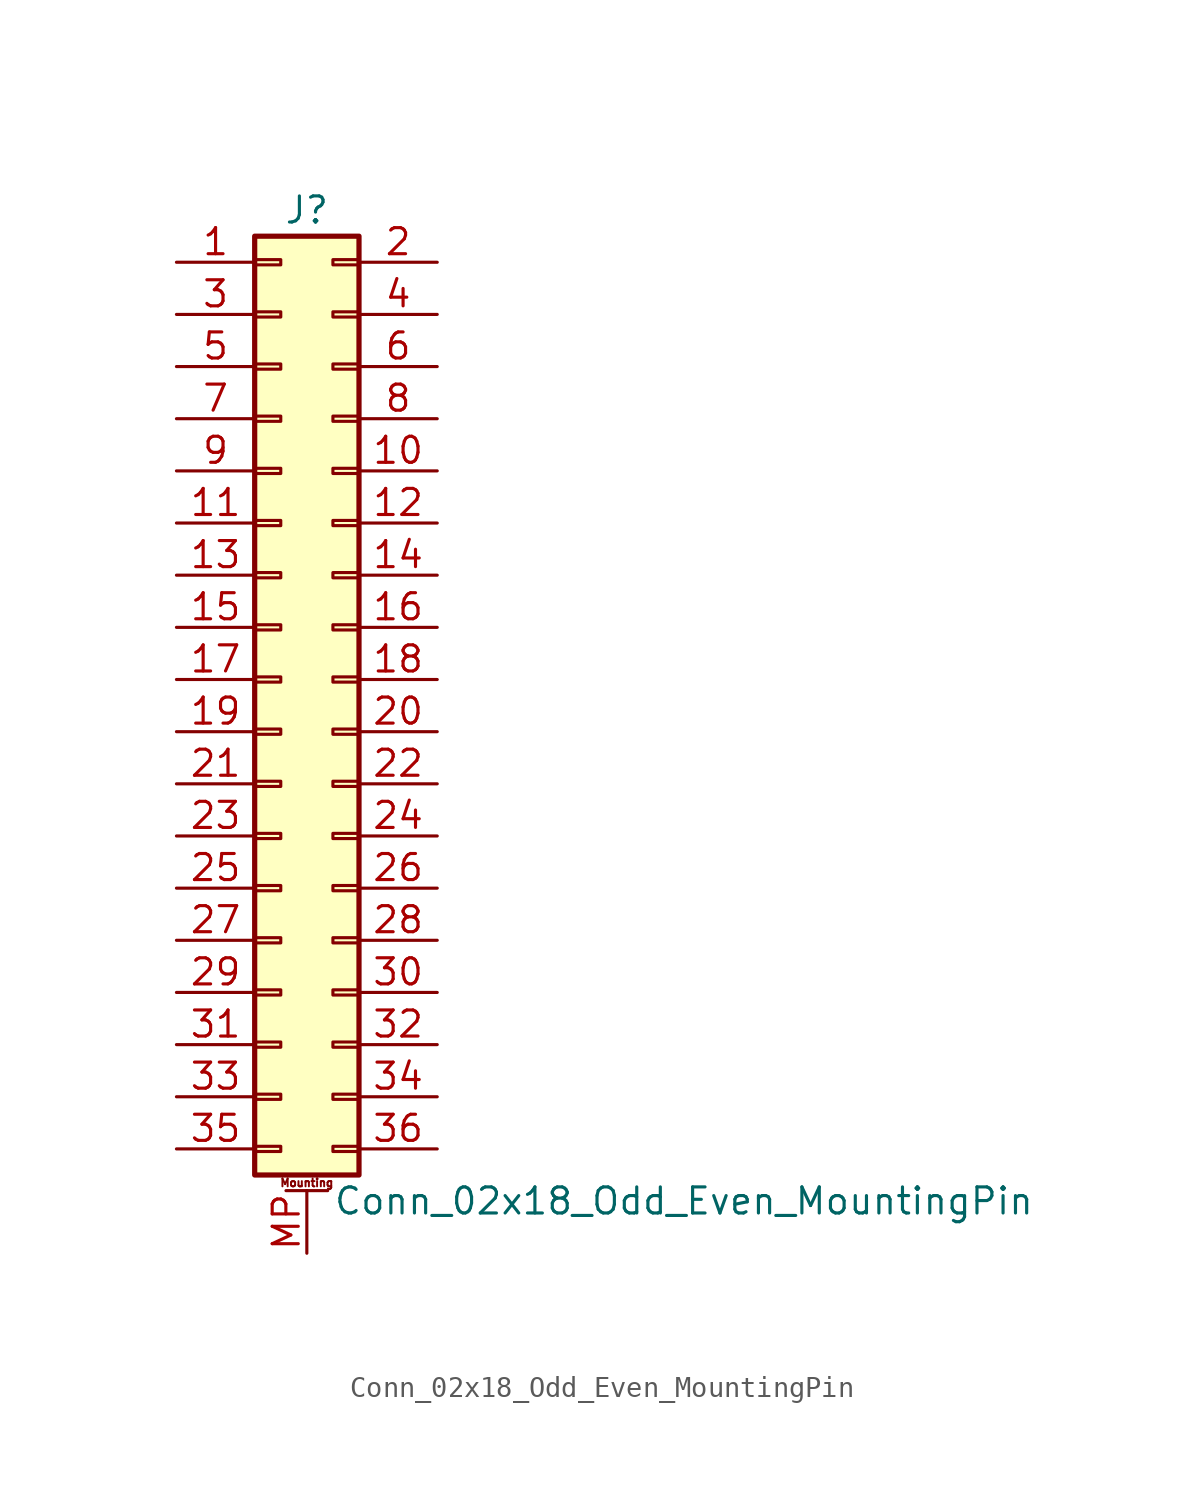
<source format=kicad_sym>
(kicad_symbol_lib
  (version 20201005)
  (generator kicad_symbol_editor)
  (symbol "Connector_Generic_MountingPin:Conn_02x18_Odd_Even_MountingPin"
    (pin_names
      (offset 1.016) hide)
    (property "Reference" "J"
      (at 1.27 22.86 0)
      (effects (font (size 1.27 1.27))))
    (property "Value" "Conn_02x18_Odd_Even_MountingPin"
      (at 2.54 -25.4 0)
      (effects (font (size 1.27 1.27)) (justify left)))
    (symbol "Conn_02x18_Odd_Even_MountingPin_1_1"
      (text "Mounting" (at 1.27 -24.511 0) (effects (font (size 0.381 0.381))))
      (rectangle (start -1.27 -4.953) (end 0 -5.207) (stroke (width 0.152)) (fill (type none)))
      (rectangle (start -1.27 -7.493) (end 0 -7.747) (stroke (width 0.152)) (fill (type none)))
      (rectangle (start -1.27 -10.033) (end 0 -10.287) (stroke (width 0.152)) (fill (type none)))
      (rectangle (start -1.27 -12.573) (end 0 -12.827) (stroke (width 0.152)) (fill (type none)))
      (rectangle (start -1.27 -15.113) (end 0 -15.367) (stroke (width 0.152)) (fill (type none)))
      (rectangle (start -1.27 -17.653) (end 0 -17.907) (stroke (width 0.152)) (fill (type none)))
      (rectangle (start -1.27 -20.193) (end 0 -20.447) (stroke (width 0.152)) (fill (type none)))
      (rectangle (start -1.27 -22.733) (end 0 -22.987) (stroke (width 0.152)) (fill (type none)))
      (rectangle (start -1.27 -2.413) (end 0 -2.667) (stroke (width 0.152)) (fill (type none)))
      (rectangle (start -1.27 2.667) (end 0 2.413) (stroke (width 0.152)) (fill (type none)))
      (rectangle (start -1.27 5.207) (end 0 4.953) (stroke (width 0.152)) (fill (type none)))
      (rectangle (start -1.27 7.747) (end 0 7.493) (stroke (width 0.152)) (fill (type none)))
      (rectangle (start -1.27 10.287) (end 0 10.033) (stroke (width 0.152)) (fill (type none)))
      (rectangle (start -1.27 0.127) (end 0 -0.127) (stroke (width 0.152)) (fill (type none)))
      (rectangle (start -1.27 12.827) (end 0 12.573) (stroke (width 0.152)) (fill (type none)))
      (rectangle (start -1.27 15.367) (end 0 15.113) (stroke (width 0.152)) (fill (type none)))
      (rectangle (start -1.27 17.907) (end 0 17.653) (stroke (width 0.152)) (fill (type none)))
      (rectangle (start -1.27 20.447) (end 0 20.193) (stroke (width 0.152)) (fill (type none)))
      (rectangle (start -1.27 21.59) (end 3.81 -24.13) (stroke (width 0.254)) (fill (type background)))
      (rectangle (start 3.81 -4.953) (end 2.54 -5.207) (stroke (width 0.152)) (fill (type none)))
      (rectangle (start 3.81 -7.493) (end 2.54 -7.747) (stroke (width 0.152)) (fill (type none)))
      (rectangle (start 3.81 -10.033) (end 2.54 -10.287) (stroke (width 0.152)) (fill (type none)))
      (rectangle (start 3.81 -12.573) (end 2.54 -12.827) (stroke (width 0.152)) (fill (type none)))
      (rectangle (start 3.81 -15.113) (end 2.54 -15.367) (stroke (width 0.152)) (fill (type none)))
      (rectangle (start 3.81 -17.653) (end 2.54 -17.907) (stroke (width 0.152)) (fill (type none)))
      (rectangle (start 3.81 -20.193) (end 2.54 -20.447) (stroke (width 0.152)) (fill (type none)))
      (rectangle (start 3.81 -22.733) (end 2.54 -22.987) (stroke (width 0.152)) (fill (type none)))
      (rectangle (start 3.81 -2.413) (end 2.54 -2.667) (stroke (width 0.152)) (fill (type none)))
      (rectangle (start 3.81 2.667) (end 2.54 2.413) (stroke (width 0.152)) (fill (type none)))
      (rectangle (start 3.81 5.207) (end 2.54 4.953) (stroke (width 0.152)) (fill (type none)))
      (rectangle (start 3.81 7.747) (end 2.54 7.493) (stroke (width 0.152)) (fill (type none)))
      (rectangle (start 3.81 10.287) (end 2.54 10.033) (stroke (width 0.152)) (fill (type none)))
      (rectangle (start 3.81 0.127) (end 2.54 -0.127) (stroke (width 0.152)) (fill (type none)))
      (rectangle (start 3.81 12.827) (end 2.54 12.573) (stroke (width 0.152)) (fill (type none)))
      (rectangle (start 3.81 15.367) (end 2.54 15.113) (stroke (width 0.152)) (fill (type none)))
      (rectangle (start 3.81 17.907) (end 2.54 17.653) (stroke (width 0.152)) (fill (type none)))
      (rectangle (start 3.81 20.447) (end 2.54 20.193) (stroke (width 0.152)) (fill (type none)))
      (polyline (pts (xy 0.254 -24.892) (xy 2.286 -24.892)) (stroke (width 0.152)) (fill (type none)))
      (pin passive line (at 1.27 -27.94 90) (length 3.048) (name "MountPin" (effects (font (size 1.27 1.27)))) (number "MP" (effects (font (size 1.27 1.27)))))
      (pin passive line (at -5.08 20.32 0) (length 3.81) (name "Pin_1" (effects (font (size 1.27 1.27)))) (number "1" (effects (font (size 1.27 1.27)))))
      (pin passive line (at 7.62 10.16 180) (length 3.81) (name "Pin_10" (effects (font (size 1.27 1.27)))) (number "10" (effects (font (size 1.27 1.27)))))
      (pin passive line (at -5.08 7.62 0) (length 3.81) (name "Pin_11" (effects (font (size 1.27 1.27)))) (number "11" (effects (font (size 1.27 1.27)))))
      (pin passive line (at 7.62 7.62 180) (length 3.81) (name "Pin_12" (effects (font (size 1.27 1.27)))) (number "12" (effects (font (size 1.27 1.27)))))
      (pin passive line (at -5.08 5.08 0) (length 3.81) (name "Pin_13" (effects (font (size 1.27 1.27)))) (number "13" (effects (font (size 1.27 1.27)))))
      (pin passive line (at 7.62 5.08 180) (length 3.81) (name "Pin_14" (effects (font (size 1.27 1.27)))) (number "14" (effects (font (size 1.27 1.27)))))
      (pin passive line (at -5.08 2.54 0) (length 3.81) (name "Pin_15" (effects (font (size 1.27 1.27)))) (number "15" (effects (font (size 1.27 1.27)))))
      (pin passive line (at 7.62 2.54 180) (length 3.81) (name "Pin_16" (effects (font (size 1.27 1.27)))) (number "16" (effects (font (size 1.27 1.27)))))
      (pin passive line (at -5.08 0 0) (length 3.81) (name "Pin_17" (effects (font (size 1.27 1.27)))) (number "17" (effects (font (size 1.27 1.27)))))
      (pin passive line (at 7.62 0 180) (length 3.81) (name "Pin_18" (effects (font (size 1.27 1.27)))) (number "18" (effects (font (size 1.27 1.27)))))
      (pin passive line (at -5.08 -2.54 0) (length 3.81) (name "Pin_19" (effects (font (size 1.27 1.27)))) (number "19" (effects (font (size 1.27 1.27)))))
      (pin passive line (at 7.62 20.32 180) (length 3.81) (name "Pin_2" (effects (font (size 1.27 1.27)))) (number "2" (effects (font (size 1.27 1.27)))))
      (pin passive line (at 7.62 -2.54 180) (length 3.81) (name "Pin_20" (effects (font (size 1.27 1.27)))) (number "20" (effects (font (size 1.27 1.27)))))
      (pin passive line (at -5.08 -5.08 0) (length 3.81) (name "Pin_21" (effects (font (size 1.27 1.27)))) (number "21" (effects (font (size 1.27 1.27)))))
      (pin passive line (at 7.62 -5.08 180) (length 3.81) (name "Pin_22" (effects (font (size 1.27 1.27)))) (number "22" (effects (font (size 1.27 1.27)))))
      (pin passive line (at -5.08 -7.62 0) (length 3.81) (name "Pin_23" (effects (font (size 1.27 1.27)))) (number "23" (effects (font (size 1.27 1.27)))))
      (pin passive line (at 7.62 -7.62 180) (length 3.81) (name "Pin_24" (effects (font (size 1.27 1.27)))) (number "24" (effects (font (size 1.27 1.27)))))
      (pin passive line (at -5.08 -10.16 0) (length 3.81) (name "Pin_25" (effects (font (size 1.27 1.27)))) (number "25" (effects (font (size 1.27 1.27)))))
      (pin passive line (at 7.62 -10.16 180) (length 3.81) (name "Pin_26" (effects (font (size 1.27 1.27)))) (number "26" (effects (font (size 1.27 1.27)))))
      (pin passive line (at -5.08 -12.7 0) (length 3.81) (name "Pin_27" (effects (font (size 1.27 1.27)))) (number "27" (effects (font (size 1.27 1.27)))))
      (pin passive line (at 7.62 -12.7 180) (length 3.81) (name "Pin_28" (effects (font (size 1.27 1.27)))) (number "28" (effects (font (size 1.27 1.27)))))
      (pin passive line (at -5.08 -15.24 0) (length 3.81) (name "Pin_29" (effects (font (size 1.27 1.27)))) (number "29" (effects (font (size 1.27 1.27)))))
      (pin passive line (at -5.08 17.78 0) (length 3.81) (name "Pin_3" (effects (font (size 1.27 1.27)))) (number "3" (effects (font (size 1.27 1.27)))))
      (pin passive line (at 7.62 -15.24 180) (length 3.81) (name "Pin_30" (effects (font (size 1.27 1.27)))) (number "30" (effects (font (size 1.27 1.27)))))
      (pin passive line (at -5.08 -17.78 0) (length 3.81) (name "Pin_31" (effects (font (size 1.27 1.27)))) (number "31" (effects (font (size 1.27 1.27)))))
      (pin passive line (at 7.62 -17.78 180) (length 3.81) (name "Pin_32" (effects (font (size 1.27 1.27)))) (number "32" (effects (font (size 1.27 1.27)))))
      (pin passive line (at -5.08 -20.32 0) (length 3.81) (name "Pin_33" (effects (font (size 1.27 1.27)))) (number "33" (effects (font (size 1.27 1.27)))))
      (pin passive line (at 7.62 -20.32 180) (length 3.81) (name "Pin_34" (effects (font (size 1.27 1.27)))) (number "34" (effects (font (size 1.27 1.27)))))
      (pin passive line (at -5.08 -22.86 0) (length 3.81) (name "Pin_35" (effects (font (size 1.27 1.27)))) (number "35" (effects (font (size 1.27 1.27)))))
      (pin passive line (at 7.62 -22.86 180) (length 3.81) (name "Pin_36" (effects (font (size 1.27 1.27)))) (number "36" (effects (font (size 1.27 1.27)))))
      (pin passive line (at 7.62 17.78 180) (length 3.81) (name "Pin_4" (effects (font (size 1.27 1.27)))) (number "4" (effects (font (size 1.27 1.27)))))
      (pin passive line (at -5.08 15.24 0) (length 3.81) (name "Pin_5" (effects (font (size 1.27 1.27)))) (number "5" (effects (font (size 1.27 1.27)))))
      (pin passive line (at 7.62 15.24 180) (length 3.81) (name "Pin_6" (effects (font (size 1.27 1.27)))) (number "6" (effects (font (size 1.27 1.27)))))
      (pin passive line (at -5.08 12.7 0) (length 3.81) (name "Pin_7" (effects (font (size 1.27 1.27)))) (number "7" (effects (font (size 1.27 1.27)))))
      (pin passive line (at 7.62 12.7 180) (length 3.81) (name "Pin_8" (effects (font (size 1.27 1.27)))) (number "8" (effects (font (size 1.27 1.27)))))
      (pin passive line (at -5.08 10.16 0) (length 3.81) (name "Pin_9" (effects (font (size 1.27 1.27)))) (number "9" (effects (font (size 1.27 1.27))))))))
</source>
